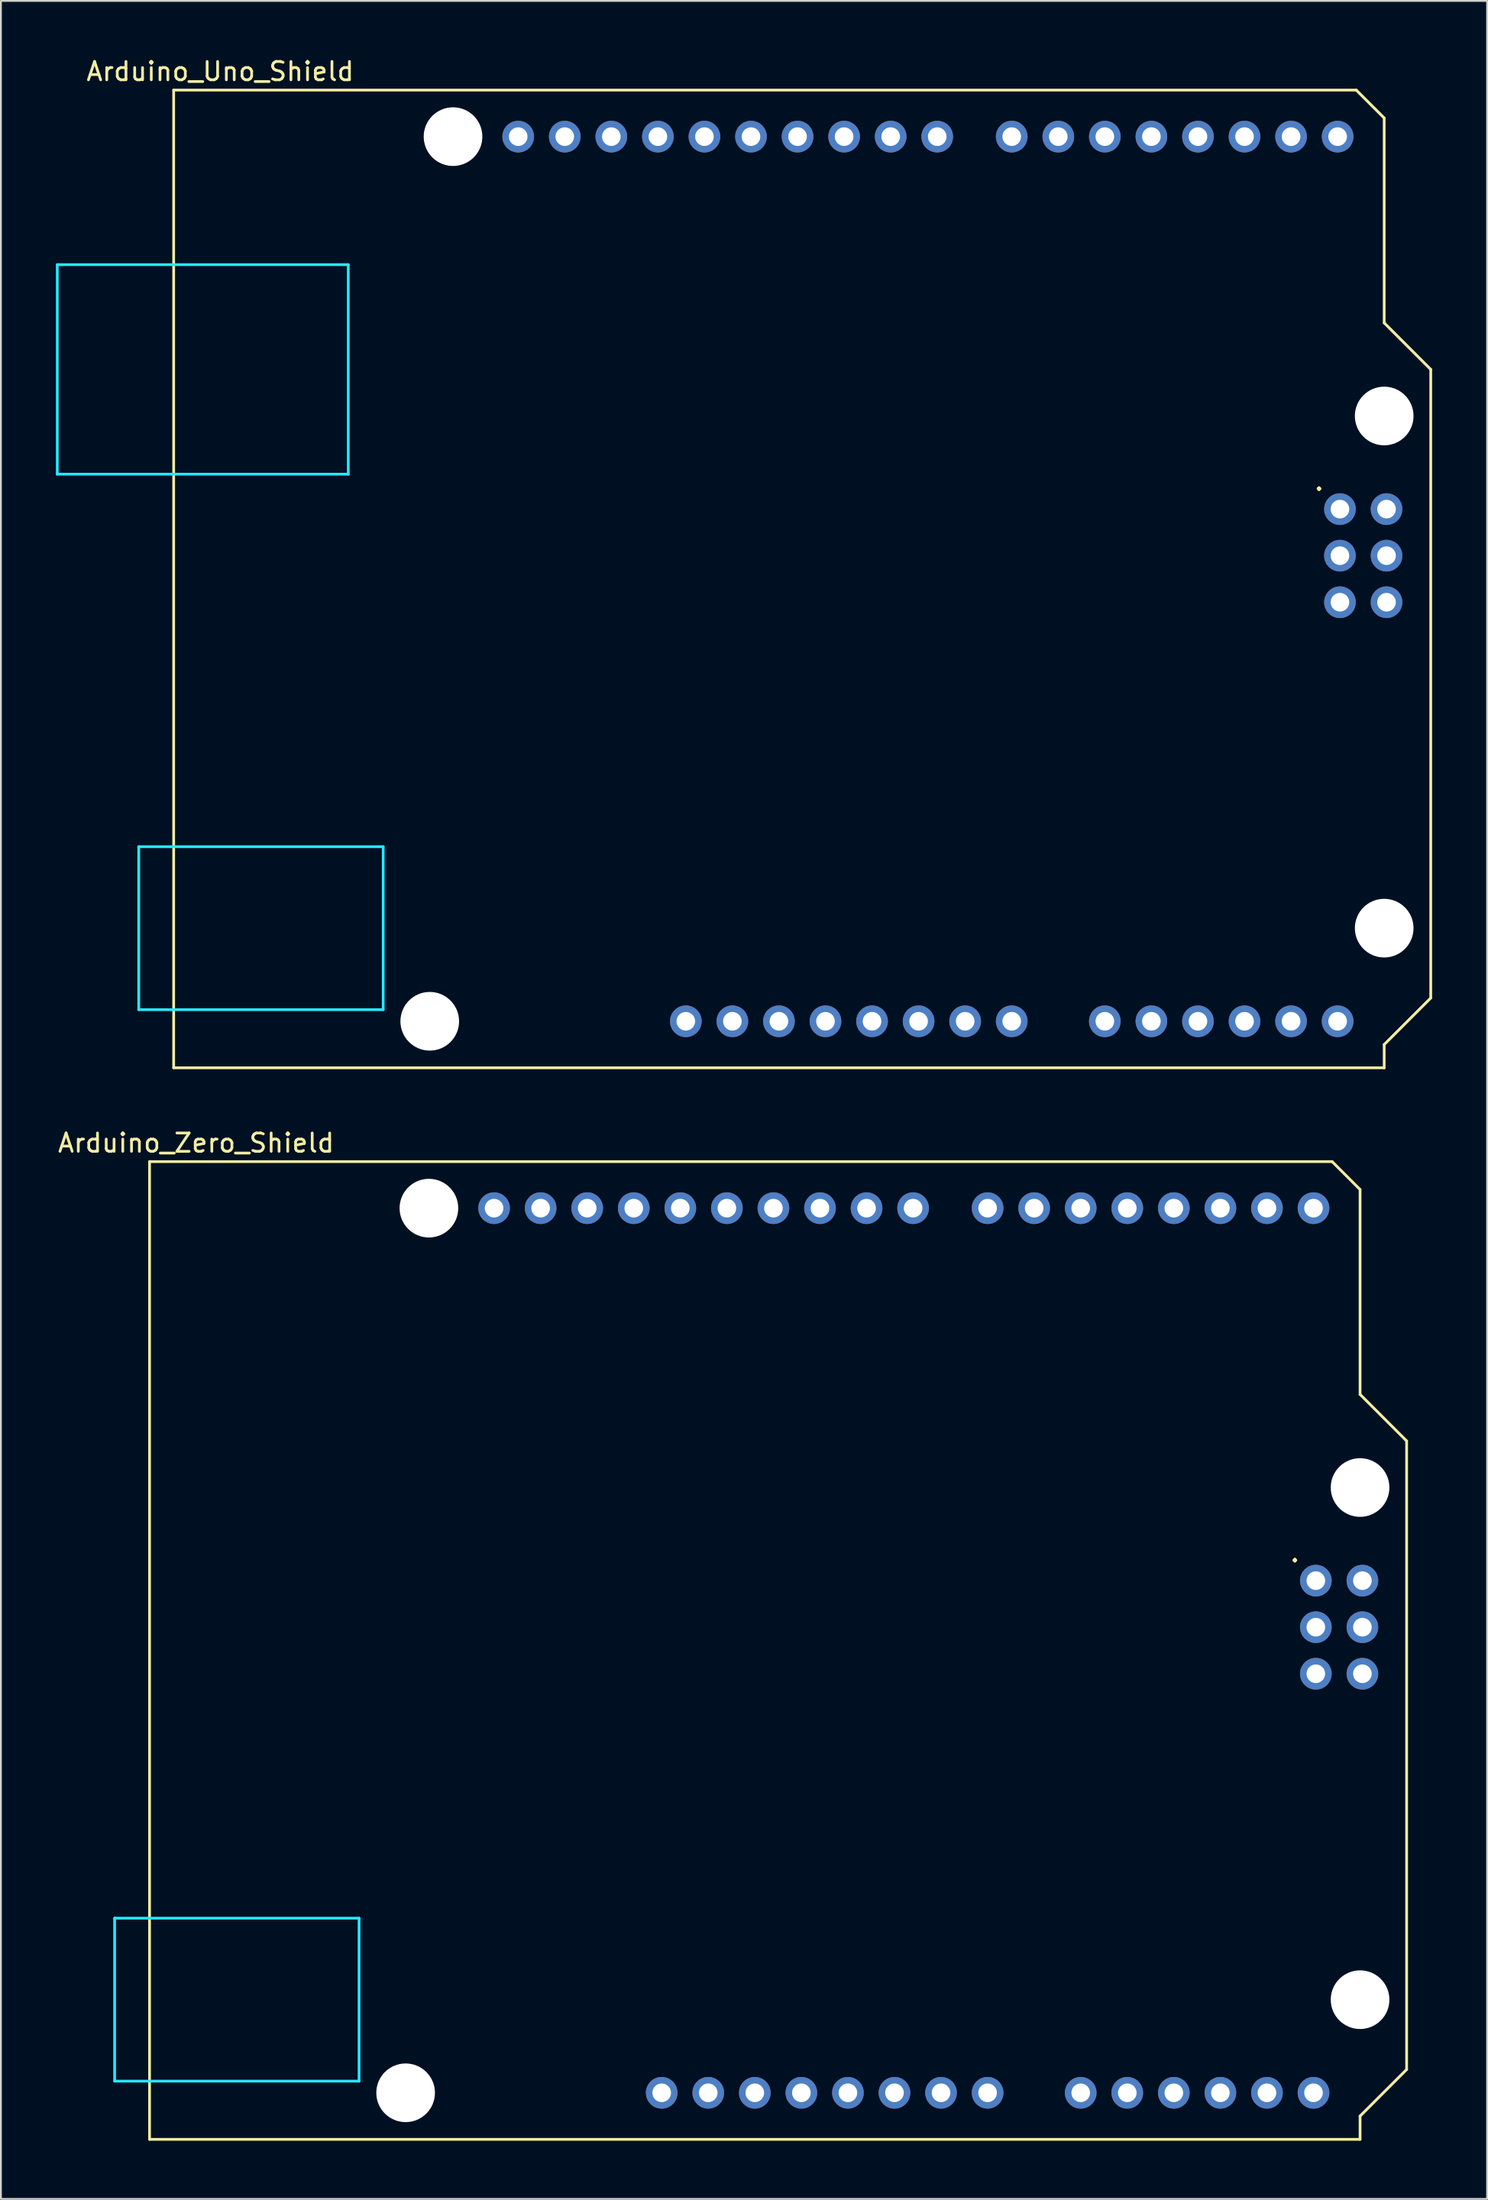
<source format=kicad_pcb>
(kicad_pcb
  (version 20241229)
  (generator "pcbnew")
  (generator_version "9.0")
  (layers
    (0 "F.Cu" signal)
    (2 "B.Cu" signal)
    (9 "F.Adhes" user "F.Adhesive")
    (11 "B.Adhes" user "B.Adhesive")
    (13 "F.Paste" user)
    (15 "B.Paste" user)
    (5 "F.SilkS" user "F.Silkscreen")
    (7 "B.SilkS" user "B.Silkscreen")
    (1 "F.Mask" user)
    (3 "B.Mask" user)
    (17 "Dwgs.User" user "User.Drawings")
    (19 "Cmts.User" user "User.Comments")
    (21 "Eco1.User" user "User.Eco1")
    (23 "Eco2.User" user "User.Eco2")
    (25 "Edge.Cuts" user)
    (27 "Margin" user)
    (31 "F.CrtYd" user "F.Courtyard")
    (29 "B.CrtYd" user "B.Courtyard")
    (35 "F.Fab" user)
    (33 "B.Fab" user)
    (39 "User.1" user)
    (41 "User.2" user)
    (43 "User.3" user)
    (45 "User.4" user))
  (footprint "Arduino_Uno_Shield"
    (layer "F.Cu")
    (at 6.425 55.204)
    (property "Reference" "Arduino_Uno_Shield" (at 2.54 -54.356 0) (layer "F.SilkS") (effects (font (size 1 1) (thickness 0.15))))
    (attr through_hole)
    (fp_line (start 0 -53.34) (end 0 0) (stroke (width 0.15) (type solid)) (layer "F.SilkS"))
    (fp_line (start 0 -53.34) (end 64.516 -53.34) (stroke (width 0.15) (type solid)) (layer "F.SilkS"))
    (fp_line (start 0 0) (end 66.04 0) (stroke (width 0.15) (type solid)) (layer "F.SilkS"))
    (fp_line (start 64.516 -53.34) (end 66.04 -51.816) (stroke (width 0.15) (type solid)) (layer "F.SilkS"))
    (fp_line (start 66.04 -40.64) (end 66.04 -51.816) (stroke (width 0.15) (type solid)) (layer "F.SilkS"))
    (fp_line (start 66.04 -1.27) (end 68.58 -3.81) (stroke (width 0.15) (type solid)) (layer "F.SilkS"))
    (fp_line (start 66.04 0) (end 66.04 -1.27) (stroke (width 0.15) (type solid)) (layer "F.SilkS"))
    (fp_line (start 68.58 -38.1) (end 66.04 -40.64) (stroke (width 0.15) (type solid)) (layer "F.SilkS"))
    (fp_line (start 68.58 -3.81) (end 68.58 -38.1) (stroke (width 0.15) (type solid)) (layer "F.SilkS"))
    (fp_line (start -6.35 -43.815) (end -6.35 -32.385) (stroke (width 0.15) (type solid)) (layer "B.CrtYd"))
    (fp_line (start -1.905 -12.065) (end -1.905 -3.175) (stroke (width 0.15) (type solid)) (layer "B.CrtYd"))
    (fp_line (start -1.905 -12.065) (end 11.43 -12.065) (stroke (width 0.15) (type solid)) (layer "B.CrtYd"))
    (fp_line (start -1.905 -3.175) (end 11.43 -3.175) (stroke (width 0.15) (type solid)) (layer "B.CrtYd"))
    (fp_line (start 9.525 -43.815) (end -6.35 -43.815) (stroke (width 0.15) (type solid)) (layer "B.CrtYd"))
    (fp_line (start 9.525 -43.815) (end 9.525 -32.385) (stroke (width 0.15) (type solid)) (layer "B.CrtYd"))
    (fp_line (start 9.525 -32.385) (end -6.35 -32.385) (stroke (width 0.15) (type solid)) (layer "B.CrtYd"))
    (fp_line (start 11.43 -12.065) (end 11.43 -3.175) (stroke (width 0.15) (type solid)) (layer "B.CrtYd"))
    (fp_text user "." (at 62.484 -32.004 0) (layer "F.SilkS") (effects (font (size 1 1) (thickness 0.15))))
    (pad "" np_thru_hole circle (at 13.97 -2.54) (size 3.2 3.2) (drill 3.2) (layers "*.Cu" "*.Mask"))
    (pad "" np_thru_hole circle (at 15.24 -50.8) (size 3.2 3.2) (drill 3.2) (layers "*.Cu" "*.Mask"))
    (pad "" thru_hole oval (at 27.94 -2.54) (size 1.727 1.727) (drill 1.016) (layers "*.Cu" "*.Mask"))
    (pad "" np_thru_hole circle (at 66.04 -35.56) (size 3.2 3.2) (drill 3.2) (layers "*.Cu" "*.Mask"))
    (pad "" np_thru_hole circle (at 66.04 -7.62) (size 3.2 3.2) (drill 3.2) (layers "*.Cu" "*.Mask"))
    (pad "3V3" thru_hole oval (at 35.56 -2.54) (size 1.727 1.727) (drill 1.016) (layers "*.Cu" "*.Mask"))
    (pad "5V1" thru_hole oval (at 38.1 -2.54) (size 1.727 1.727) (drill 1.016) (layers "*.Cu" "*.Mask"))
    (pad "5V2" thru_hole oval (at 66.167 -30.48) (size 1.727 1.727) (drill 1.016) (layers "*.Cu" "*.Mask"))
    (pad "A0" thru_hole oval (at 50.8 -2.54) (size 1.727 1.727) (drill 1.016) (layers "*.Cu" "*.Mask"))
    (pad "A1" thru_hole oval (at 53.34 -2.54) (size 1.727 1.727) (drill 1.016) (layers "*.Cu" "*.Mask"))
    (pad "A2" thru_hole oval (at 55.88 -2.54) (size 1.727 1.727) (drill 1.016) (layers "*.Cu" "*.Mask"))
    (pad "A3" thru_hole oval (at 58.42 -2.54) (size 1.727 1.727) (drill 1.016) (layers "*.Cu" "*.Mask"))
    (pad "A4" thru_hole oval (at 60.96 -2.54) (size 1.727 1.727) (drill 1.016) (layers "*.Cu" "*.Mask"))
    (pad "A5" thru_hole oval (at 63.5 -2.54) (size 1.727 1.727) (drill 1.016) (layers "*.Cu" "*.Mask"))
    (pad "AREF" thru_hole oval (at 23.876 -50.8) (size 1.727 1.727) (drill 1.016) (layers "*.Cu" "*.Mask"))
    (pad "D0" thru_hole oval (at 63.5 -50.8) (size 1.727 1.727) (drill 1.016) (layers "*.Cu" "*.Mask"))
    (pad "D1" thru_hole oval (at 60.96 -50.8) (size 1.727 1.727) (drill 1.016) (layers "*.Cu" "*.Mask"))
    (pad "D2" thru_hole oval (at 58.42 -50.8) (size 1.727 1.727) (drill 1.016) (layers "*.Cu" "*.Mask"))
    (pad "D3" thru_hole oval (at 55.88 -50.8) (size 1.727 1.727) (drill 1.016) (layers "*.Cu" "*.Mask"))
    (pad "D4" thru_hole oval (at 53.34 -50.8) (size 1.727 1.727) (drill 1.016) (layers "*.Cu" "*.Mask"))
    (pad "D5" thru_hole oval (at 50.8 -50.8) (size 1.727 1.727) (drill 1.016) (layers "*.Cu" "*.Mask"))
    (pad "D6" thru_hole oval (at 48.26 -50.8) (size 1.727 1.727) (drill 1.016) (layers "*.Cu" "*.Mask"))
    (pad "D7" thru_hole oval (at 45.72 -50.8) (size 1.727 1.727) (drill 1.016) (layers "*.Cu" "*.Mask"))
    (pad "D8" thru_hole oval (at 41.656 -50.8) (size 1.727 1.727) (drill 1.016) (layers "*.Cu" "*.Mask"))
    (pad "D9" thru_hole oval (at 39.116 -50.8) (size 1.727 1.727) (drill 1.016) (layers "*.Cu" "*.Mask"))
    (pad "D10" thru_hole oval (at 36.576 -50.8) (size 1.727 1.727) (drill 1.016) (layers "*.Cu" "*.Mask"))
    (pad "D11" thru_hole oval (at 34.036 -50.8) (size 1.727 1.727) (drill 1.016) (layers "*.Cu" "*.Mask"))
    (pad "D12" thru_hole oval (at 31.496 -50.8) (size 1.727 1.727) (drill 1.016) (layers "*.Cu" "*.Mask"))
    (pad "D13" thru_hole oval (at 28.956 -50.8) (size 1.727 1.727) (drill 1.016) (layers "*.Cu" "*.Mask"))
    (pad "GND1" thru_hole oval (at 26.416 -50.8) (size 1.727 1.727) (drill 1.016) (layers "*.Cu" "*.Mask"))
    (pad "GND2" thru_hole oval (at 40.64 -2.54) (size 1.727 1.727) (drill 1.016) (layers "*.Cu" "*.Mask"))
    (pad "GND3" thru_hole oval (at 43.18 -2.54) (size 1.727 1.727) (drill 1.016) (layers "*.Cu" "*.Mask"))
    (pad "GND4" thru_hole oval (at 66.167 -25.4) (size 1.727 1.727) (drill 1.016) (layers "*.Cu" "*.Mask"))
    (pad "IORF" thru_hole oval (at 30.48 -2.54) (size 1.727 1.727) (drill 1.016) (layers "*.Cu" "*.Mask"))
    (pad "MISO" thru_hole oval (at 63.627 -30.48) (size 1.727 1.727) (drill 1.016) (layers "*.Cu" "*.Mask"))
    (pad "MOSI" thru_hole oval (at 66.167 -27.94) (size 1.727 1.727) (drill 1.016) (layers "*.Cu" "*.Mask"))
    (pad "RST1" thru_hole oval (at 33.02 -2.54) (size 1.727 1.727) (drill 1.016) (layers "*.Cu" "*.Mask"))
    (pad "RST2" thru_hole oval (at 63.627 -25.4) (size 1.727 1.727) (drill 1.016) (layers "*.Cu" "*.Mask"))
    (pad "SCK" thru_hole oval (at 63.627 -27.94) (size 1.727 1.727) (drill 1.016) (layers "*.Cu" "*.Mask"))
    (pad "SCL" thru_hole oval (at 18.796 -50.8) (size 1.727 1.727) (drill 1.016) (layers "*.Cu" "*.Mask"))
    (pad "SDA" thru_hole oval (at 21.336 -50.8) (size 1.727 1.727) (drill 1.016) (layers "*.Cu" "*.Mask"))
    (pad "VIN" thru_hole oval (at 45.72 -2.54) (size 1.727 1.727) (drill 1.016) (layers "*.Cu" "*.Mask")))
  (footprint "Arduino_Zero_Shield"
    (layer "F.Cu")
    (at 5.109 113.659)
    (property "Reference" "Arduino_Zero_Shield" (at 2.54 -54.356 0) (layer "F.SilkS") (effects (font (size 1 1) (thickness 0.15))))
    (attr through_hole)
    (fp_line (start 0 -53.34) (end 0 0) (stroke (width 0.15) (type solid)) (layer "F.SilkS"))
    (fp_line (start 0 -53.34) (end 64.516 -53.34) (stroke (width 0.15) (type solid)) (layer "F.SilkS"))
    (fp_line (start 0 0) (end 66.04 0) (stroke (width 0.15) (type solid)) (layer "F.SilkS"))
    (fp_line (start 64.516 -53.34) (end 66.04 -51.816) (stroke (width 0.15) (type solid)) (layer "F.SilkS"))
    (fp_line (start 66.04 -40.64) (end 66.04 -51.816) (stroke (width 0.15) (type solid)) (layer "F.SilkS"))
    (fp_line (start 66.04 -1.27) (end 68.58 -3.81) (stroke (width 0.15) (type solid)) (layer "F.SilkS"))
    (fp_line (start 66.04 0) (end 66.04 -1.27) (stroke (width 0.15) (type solid)) (layer "F.SilkS"))
    (fp_line (start 68.58 -38.1) (end 66.04 -40.64) (stroke (width 0.15) (type solid)) (layer "F.SilkS"))
    (fp_line (start 68.58 -3.81) (end 68.58 -38.1) (stroke (width 0.15) (type solid)) (layer "F.SilkS"))
    (fp_line (start -1.905 -12.065) (end -1.905 -3.175) (stroke (width 0.15) (type solid)) (layer "B.CrtYd"))
    (fp_line (start -1.905 -12.065) (end 11.43 -12.065) (stroke (width 0.15) (type solid)) (layer "B.CrtYd"))
    (fp_line (start -1.905 -3.175) (end 11.43 -3.175) (stroke (width 0.15) (type solid)) (layer "B.CrtYd"))
    (fp_line (start 11.43 -12.065) (end 11.43 -3.175) (stroke (width 0.15) (type solid)) (layer "B.CrtYd"))
    (fp_text user "." (at 62.484 -32.004 0) (layer "F.SilkS") (effects (font (size 1 1) (thickness 0.15))))
    (pad "" np_thru_hole circle (at 13.97 -2.54) (size 3.2 3.2) (drill 3.2) (layers "*.Cu" "*.Mask"))
    (pad "" np_thru_hole circle (at 15.24 -50.8) (size 3.2 3.2) (drill 3.2) (layers "*.Cu" "*.Mask"))
    (pad "" np_thru_hole circle (at 66.04 -35.56) (size 3.2 3.2) (drill 3.2) (layers "*.Cu" "*.Mask"))
    (pad "" np_thru_hole circle (at 66.04 -7.62) (size 3.2 3.2) (drill 3.2) (layers "*.Cu" "*.Mask"))
    (pad "3V3" thru_hole oval (at 35.56 -2.54) (size 1.727 1.727) (drill 1.016) (layers "*.Cu" "*.Mask"))
    (pad "5V1" thru_hole oval (at 38.1 -2.54) (size 1.727 1.727) (drill 1.016) (layers "*.Cu" "*.Mask"))
    (pad "5V2" thru_hole oval (at 66.167 -30.48) (size 1.727 1.727) (drill 1.016) (layers "*.Cu" "*.Mask"))
    (pad "A0" thru_hole oval (at 50.8 -2.54) (size 1.727 1.727) (drill 1.016) (layers "*.Cu" "*.Mask"))
    (pad "A1" thru_hole oval (at 53.34 -2.54) (size 1.727 1.727) (drill 1.016) (layers "*.Cu" "*.Mask"))
    (pad "A2" thru_hole oval (at 55.88 -2.54) (size 1.727 1.727) (drill 1.016) (layers "*.Cu" "*.Mask"))
    (pad "A3" thru_hole oval (at 58.42 -2.54) (size 1.727 1.727) (drill 1.016) (layers "*.Cu" "*.Mask"))
    (pad "A4" thru_hole oval (at 60.96 -2.54) (size 1.727 1.727) (drill 1.016) (layers "*.Cu" "*.Mask"))
    (pad "A5" thru_hole oval (at 63.5 -2.54) (size 1.727 1.727) (drill 1.016) (layers "*.Cu" "*.Mask"))
    (pad "AREF" thru_hole oval (at 23.876 -50.8) (size 1.727 1.727) (drill 1.016) (layers "*.Cu" "*.Mask"))
    (pad "ATN" thru_hole oval (at 27.94 -2.54) (size 1.727 1.727) (drill 1.016) (layers "*.Cu" "*.Mask"))
    (pad "D0" thru_hole oval (at 63.5 -50.8) (size 1.727 1.727) (drill 1.016) (layers "*.Cu" "*.Mask"))
    (pad "D1" thru_hole oval (at 60.96 -50.8) (size 1.727 1.727) (drill 1.016) (layers "*.Cu" "*.Mask"))
    (pad "D2" thru_hole oval (at 58.42 -50.8) (size 1.727 1.727) (drill 1.016) (layers "*.Cu" "*.Mask"))
    (pad "D3" thru_hole oval (at 55.88 -50.8) (size 1.727 1.727) (drill 1.016) (layers "*.Cu" "*.Mask"))
    (pad "D4" thru_hole oval (at 53.34 -50.8) (size 1.727 1.727) (drill 1.016) (layers "*.Cu" "*.Mask"))
    (pad "D5" thru_hole oval (at 50.8 -50.8) (size 1.727 1.727) (drill 1.016) (layers "*.Cu" "*.Mask"))
    (pad "D6" thru_hole oval (at 48.26 -50.8) (size 1.727 1.727) (drill 1.016) (layers "*.Cu" "*.Mask"))
    (pad "D7" thru_hole oval (at 45.72 -50.8) (size 1.727 1.727) (drill 1.016) (layers "*.Cu" "*.Mask"))
    (pad "D8" thru_hole oval (at 41.656 -50.8) (size 1.727 1.727) (drill 1.016) (layers "*.Cu" "*.Mask"))
    (pad "D9" thru_hole oval (at 39.116 -50.8) (size 1.727 1.727) (drill 1.016) (layers "*.Cu" "*.Mask"))
    (pad "D10" thru_hole oval (at 36.576 -50.8) (size 1.727 1.727) (drill 1.016) (layers "*.Cu" "*.Mask"))
    (pad "D11" thru_hole oval (at 34.036 -50.8) (size 1.727 1.727) (drill 1.016) (layers "*.Cu" "*.Mask"))
    (pad "D12" thru_hole oval (at 31.496 -50.8) (size 1.727 1.727) (drill 1.016) (layers "*.Cu" "*.Mask"))
    (pad "D13" thru_hole oval (at 28.956 -50.8) (size 1.727 1.727) (drill 1.016) (layers "*.Cu" "*.Mask"))
    (pad "GND1" thru_hole oval (at 26.416 -50.8) (size 1.727 1.727) (drill 1.016) (layers "*.Cu" "*.Mask"))
    (pad "GND2" thru_hole oval (at 40.64 -2.54) (size 1.727 1.727) (drill 1.016) (layers "*.Cu" "*.Mask"))
    (pad "GND3" thru_hole oval (at 43.18 -2.54) (size 1.727 1.727) (drill 1.016) (layers "*.Cu" "*.Mask"))
    (pad "GND4" thru_hole oval (at 66.167 -25.4) (size 1.727 1.727) (drill 1.016) (layers "*.Cu" "*.Mask"))
    (pad "IORF" thru_hole oval (at 30.48 -2.54) (size 1.727 1.727) (drill 1.016) (layers "*.Cu" "*.Mask"))
    (pad "MISO" thru_hole oval (at 63.627 -30.48) (size 1.727 1.727) (drill 1.016) (layers "*.Cu" "*.Mask"))
    (pad "MOSI" thru_hole oval (at 66.167 -27.94) (size 1.727 1.727) (drill 1.016) (layers "*.Cu" "*.Mask"))
    (pad "RST1" thru_hole oval (at 33.02 -2.54) (size 1.727 1.727) (drill 1.016) (layers "*.Cu" "*.Mask"))
    (pad "RST2" thru_hole oval (at 63.627 -25.4) (size 1.727 1.727) (drill 1.016) (layers "*.Cu" "*.Mask"))
    (pad "SCK" thru_hole oval (at 63.627 -27.94) (size 1.727 1.727) (drill 1.016) (layers "*.Cu" "*.Mask"))
    (pad "SCL" thru_hole oval (at 18.796 -50.8) (size 1.727 1.727) (drill 1.016) (layers "*.Cu" "*.Mask"))
    (pad "SDA" thru_hole oval (at 21.336 -50.8) (size 1.727 1.727) (drill 1.016) (layers "*.Cu" "*.Mask"))
    (pad "VIN" thru_hole oval (at 45.72 -2.54) (size 1.727 1.727) (drill 1.016) (layers "*.Cu" "*.Mask")))
  (gr_rect
    (start -3 -3)
    (end 78.08 116.909)
    (stroke (width 0.1) (type default))
    (fill no)
    (layer "Edge.Cuts")))
</source>
